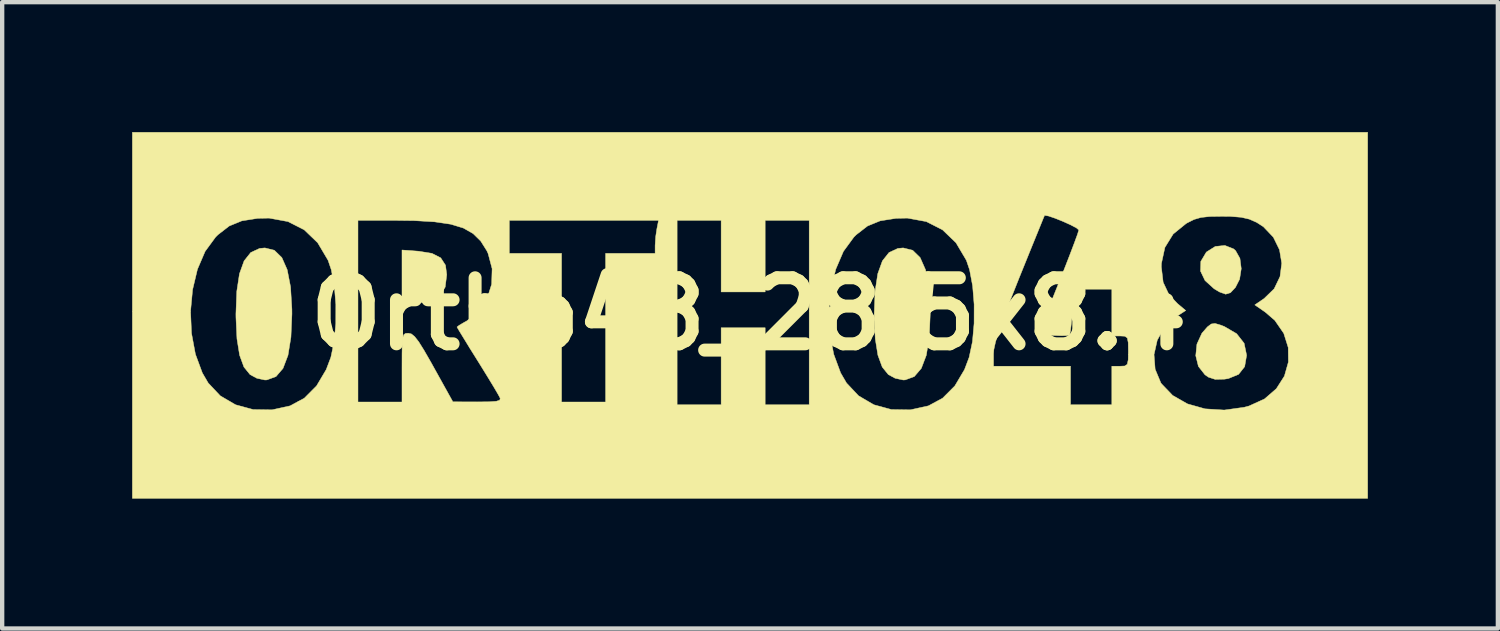
<source format=kicad_pcb>
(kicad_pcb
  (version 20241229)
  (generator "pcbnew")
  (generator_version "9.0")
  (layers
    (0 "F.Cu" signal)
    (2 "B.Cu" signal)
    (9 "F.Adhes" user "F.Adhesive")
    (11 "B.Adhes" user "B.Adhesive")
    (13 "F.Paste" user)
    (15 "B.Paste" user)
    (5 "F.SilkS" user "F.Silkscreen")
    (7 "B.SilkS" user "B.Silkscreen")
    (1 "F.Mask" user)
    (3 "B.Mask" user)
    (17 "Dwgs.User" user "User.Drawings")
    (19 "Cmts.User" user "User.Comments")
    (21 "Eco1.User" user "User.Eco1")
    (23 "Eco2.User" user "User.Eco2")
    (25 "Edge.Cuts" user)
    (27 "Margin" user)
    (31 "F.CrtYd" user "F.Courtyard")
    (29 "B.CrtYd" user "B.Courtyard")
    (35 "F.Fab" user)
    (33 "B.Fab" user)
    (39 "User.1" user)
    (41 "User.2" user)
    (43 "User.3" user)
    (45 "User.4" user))
  (footprint "Ortho48_28.5x8.4"
    (layer "F.Cu")
    (at 14.229 4.196)
    (property "Reference" "Ortho48_28.5x8.4" (at 0 0 0) (layer "F.SilkS") (effects (font (size 1.524 1.524) (thickness 0.3))))
    (attr through_hole)
    (fp_poly (pts (xy -7.618 -1.448) (xy -7.309 -1.398) (xy -7.107 -1.295) (xy -6.997 -1.126) (xy -6.968 -0.906) (xy -7.004 -0.62) (xy -7.119 -0.422) (xy -7.324 -0.303) (xy -7.628 -0.256) (xy -7.719 -0.254) (xy -8.001 -0.254) (xy -8.001 -1.476) (xy -7.618 -1.448)) (stroke (width 0.01) (type solid)) (fill yes) (layer "F.SilkS"))
    (fp_poly (pts (xy 11.193 -1.501) (xy 11.239 -1.46) (xy 11.339 -1.282) (xy 11.369 -1.045) (xy 11.331 -0.801) (xy 11.235 -0.612) (xy 11.12 -0.49) (xy 11.01 -0.456) (xy 10.867 -0.507) (xy 10.742 -0.582) (xy 10.533 -0.771) (xy 10.429 -0.989) (xy 10.436 -1.213) (xy 10.559 -1.42) (xy 10.57 -1.432) (xy 10.77 -1.558) (xy 10.991 -1.581) (xy 11.193 -1.501)) (stroke (width 0.01) (type solid)) (fill yes) (layer "F.SilkS"))
    (fp_poly (pts (xy 10.897 0.258) (xy 10.979 0.29) (xy 11.263 0.456) (xy 11.436 0.677) (xy 11.493 0.953) (xy 11.493 0.954) (xy 11.448 1.216) (xy 11.308 1.394) (xy 11.071 1.491) (xy 10.983 1.505) (xy 10.768 1.51) (xy 10.612 1.459) (xy 10.532 1.404) (xy 10.38 1.21) (xy 10.319 0.963) (xy 10.346 0.696) (xy 10.461 0.445) (xy 10.588 0.299) (xy 10.676 0.232) (xy 10.763 0.219) (xy 10.897 0.258)) (stroke (width 0.01) (type solid)) (fill yes) (layer "F.SilkS"))
    (fp_poly (pts (xy -10.946 -1.469) (xy -10.774 -1.301) (xy -10.65 -1.02) (xy -10.573 -0.624) (xy -10.542 -0.111) (xy -10.541 0) (xy -10.564 0.535) (xy -10.632 0.954) (xy -10.747 1.256) (xy -10.909 1.445) (xy -11.119 1.522) (xy -11.165 1.524) (xy -11.351 1.484) (xy -11.508 1.399) (xy -11.649 1.225) (xy -11.749 0.952) (xy -11.81 0.573) (xy -11.833 0.08) (xy -11.834 0) (xy -11.814 -0.522) (xy -11.752 -0.928) (xy -11.645 -1.225) (xy -11.492 -1.418) (xy -11.289 -1.512) (xy -11.165 -1.524) (xy -10.946 -1.469)) (stroke (width 0.01) (type solid)) (fill yes) (layer "F.SilkS"))
    (fp_poly (pts (xy 3.786 -1.469) (xy 3.958 -1.301) (xy 4.082 -1.02) (xy 4.159 -0.624) (xy 4.19 -0.111) (xy 4.191 0) (xy 4.168 0.535) (xy 4.1 0.954) (xy 3.985 1.256) (xy 3.823 1.445) (xy 3.613 1.522) (xy 3.567 1.524) (xy 3.381 1.484) (xy 3.224 1.399) (xy 3.083 1.225) (xy 2.983 0.952) (xy 2.922 0.573) (xy 2.899 0.08) (xy 2.898 0) (xy 2.918 -0.522) (xy 2.98 -0.928) (xy 3.087 -1.225) (xy 3.24 -1.418) (xy 3.443 -1.512) (xy 3.567 -1.524) (xy 3.786 -1.469)) (stroke (width 0.01) (type solid)) (fill yes) (layer "F.SilkS"))
    (fp_poly (pts (xy 14.287 4.255) (xy -14.224 4.255) (xy -14.224 -0.06) (xy -12.881 -0.06) (xy -12.859 0.446) (xy -12.769 0.928) (xy -12.609 1.361) (xy -12.473 1.594) (xy -12.194 1.89) (xy -11.841 2.096) (xy -11.437 2.206) (xy -11.002 2.213) (xy -10.584 2.121) (xy -10.256 1.944) (xy -9.973 1.66) (xy -9.75 1.284) (xy -9.643 1.001) (xy -9.567 0.642) (xy -9.529 0.221) (xy -9.528 -0.221) (xy -9.563 -0.648) (xy -9.633 -1.02) (xy -9.707 -1.238) (xy -9.947 -1.643) (xy -10.257 -1.941) (xy -10.632 -2.132) (xy -10.779 -2.159) (xy -9.017 -2.159) (xy -9.017 2.032) (xy -8.001 2.032) (xy -8.001 1.238) (xy -8 0.909) (xy -7.996 0.687) (xy -7.983 0.55) (xy -7.959 0.478) (xy -7.919 0.449) (xy -7.859 0.445) (xy -7.853 0.445) (xy -7.784 0.461) (xy -7.709 0.522) (xy -7.615 0.642) (xy -7.492 0.839) (xy -7.326 1.128) (xy -7.266 1.236) (xy -6.826 2.028) (xy -6.264 2.03) (xy -5.99 2.027) (xy -5.824 2.015) (xy -5.745 1.99) (xy -5.734 1.948) (xy -5.735 1.944) (xy -5.78 1.86) (xy -5.879 1.691) (xy -6.02 1.459) (xy -6.189 1.185) (xy -6.25 1.087) (xy -6.422 0.812) (xy -6.566 0.577) (xy -6.672 0.404) (xy -6.726 0.311) (xy -6.731 0.301) (xy -6.681 0.262) (xy -6.557 0.189) (xy -6.511 0.165) (xy -6.236 -0.052) (xy -6.04 -0.344) (xy -5.932 -0.685) (xy -5.921 -1.045) (xy -6.014 -1.396) (xy -6.044 -1.46) (xy -6.184 -1.682) (xy -6.359 -1.854) (xy -6.583 -1.982) (xy -6.875 -2.071) (xy -7.248 -2.126) (xy -7.72 -2.154) (xy -8.131 -2.159) (xy -5.524 -2.159) (xy -5.524 -1.397) (xy -4.318 -1.397) (xy -4.318 2.032) (xy -3.302 2.032) (xy -3.302 -1.397) (xy -2.159 -1.397) (xy -2.159 -1.58) (xy -2.146 -1.782) (xy -2.119 -1.961) (xy -2.08 -2.159) (xy -1.651 -2.159) (xy -1.651 2.095) (xy -0.635 2.095) (xy -0.635 0.318) (xy 0.381 0.318) (xy 0.381 2.095) (xy 1.397 2.095) (xy 1.397 -0.06) (xy 1.851 -0.06) (xy 1.873 0.446) (xy 1.963 0.928) (xy 2.123 1.361) (xy 2.259 1.594) (xy 2.538 1.89) (xy 2.891 2.096) (xy 3.295 2.206) (xy 3.73 2.213) (xy 4.148 2.121) (xy 4.476 1.944) (xy 4.759 1.66) (xy 4.982 1.284) (xy 5.089 1.001) (xy 5.106 0.92) (xy 5.652 0.92) (xy 5.652 1.206) (xy 7.429 1.206) (xy 7.429 2.095) (xy 8.382 2.095) (xy 8.382 1.206) (xy 8.572 1.206) (xy 8.681 1.201) (xy 8.738 1.162) (xy 8.76 1.06) (xy 8.762 0.937) (xy 9.356 0.937) (xy 9.382 1.276) (xy 9.513 1.589) (xy 9.528 1.611) (xy 9.787 1.881) (xy 10.13 2.076) (xy 10.534 2.19) (xy 10.978 2.218) (xy 11.437 2.154) (xy 11.549 2.124) (xy 11.907 1.961) (xy 12.18 1.724) (xy 12.365 1.434) (xy 12.457 1.11) (xy 12.453 0.774) (xy 12.35 0.447) (xy 12.144 0.148) (xy 11.922 -0.043) (xy 11.682 -0.209) (xy 11.896 -0.355) (xy 12.129 -0.581) (xy 12.264 -0.862) (xy 12.304 -1.17) (xy 12.252 -1.481) (xy 12.11 -1.771) (xy 11.88 -2.013) (xy 11.725 -2.113) (xy 11.555 -2.188) (xy 11.368 -2.231) (xy 11.122 -2.251) (xy 10.922 -2.253) (xy 10.638 -2.249) (xy 10.439 -2.227) (xy 10.281 -2.181) (xy 10.123 -2.102) (xy 10.096 -2.086) (xy 9.798 -1.844) (xy 9.607 -1.535) (xy 9.527 -1.165) (xy 9.525 -1.084) (xy 9.567 -0.731) (xy 9.701 -0.447) (xy 9.899 -0.238) (xy 10.088 -0.079) (xy 9.854 0.072) (xy 9.599 0.305) (xy 9.431 0.604) (xy 9.356 0.937) (xy 8.762 0.937) (xy 8.763 0.863) (xy 8.763 0.857) (xy 8.76 0.658) (xy 8.739 0.554) (xy 8.683 0.514) (xy 8.575 0.508) (xy 8.382 0.508) (xy 8.382 -0.572) (xy 7.512 -0.572) (xy 7.472 -0.054) (xy 7.451 0.188) (xy 7.429 0.376) (xy 7.41 0.479) (xy 7.406 0.489) (xy 7.334 0.5) (xy 7.174 0.501) (xy 7.03 0.496) (xy 6.679 0.476) (xy 7.15 -0.697) (xy 7.294 -1.059) (xy 7.42 -1.383) (xy 7.521 -1.65) (xy 7.59 -1.839) (xy 7.619 -1.934) (xy 7.62 -1.938) (xy 7.567 -1.984) (xy 7.433 -2.055) (xy 7.256 -2.135) (xy 7.072 -2.209) (xy 6.919 -2.261) (xy 6.834 -2.275) (xy 6.828 -2.271) (xy 6.802 -2.21) (xy 6.736 -2.047) (xy 6.635 -1.799) (xy 6.506 -1.482) (xy 6.356 -1.111) (xy 6.234 -0.81) (xy 6.033 -0.304) (xy 5.879 0.1) (xy 5.768 0.413) (xy 5.697 0.65) (xy 5.659 0.824) (xy 5.652 0.92) (xy 5.106 0.92) (xy 5.165 0.642) (xy 5.203 0.221) (xy 5.204 -0.221) (xy 5.169 -0.648) (xy 5.099 -1.02) (xy 5.025 -1.238) (xy 4.785 -1.643) (xy 4.475 -1.941) (xy 4.1 -2.132) (xy 3.665 -2.212) (xy 3.402 -2.207) (xy 3.035 -2.149) (xy 2.744 -2.03) (xy 2.483 -1.828) (xy 2.428 -1.773) (xy 2.187 -1.444) (xy 2.01 -1.031) (xy 1.898 -0.561) (xy 1.851 -0.06) (xy 1.397 -0.06) (xy 1.397 -2.159) (xy 0.381 -2.159) (xy 0.381 -0.508) (xy -0.635 -0.508) (xy -0.635 -2.159) (xy -1.651 -2.159) (xy -2.08 -2.159) (xy -5.524 -2.159) (xy -8.131 -2.159) (xy -9.017 -2.159) (xy -10.779 -2.159) (xy -11.067 -2.212) (xy -11.33 -2.207) (xy -11.697 -2.149) (xy -11.988 -2.03) (xy -12.249 -1.828) (xy -12.304 -1.773) (xy -12.545 -1.444) (xy -12.722 -1.031) (xy -12.834 -0.561) (xy -12.881 -0.06) (xy -14.224 -0.06) (xy -14.224 -4.191) (xy 14.287 -4.191) (xy 14.287 4.255)) (stroke (width 0.01) (type solid)) (fill yes) (layer "F.SilkS")))
  (gr_rect
    (start -3 -3)
    (end 31.521 11.456)
    (stroke (width 0.1) (type default))
    (fill no)
    (layer "Edge.Cuts")))
</source>
